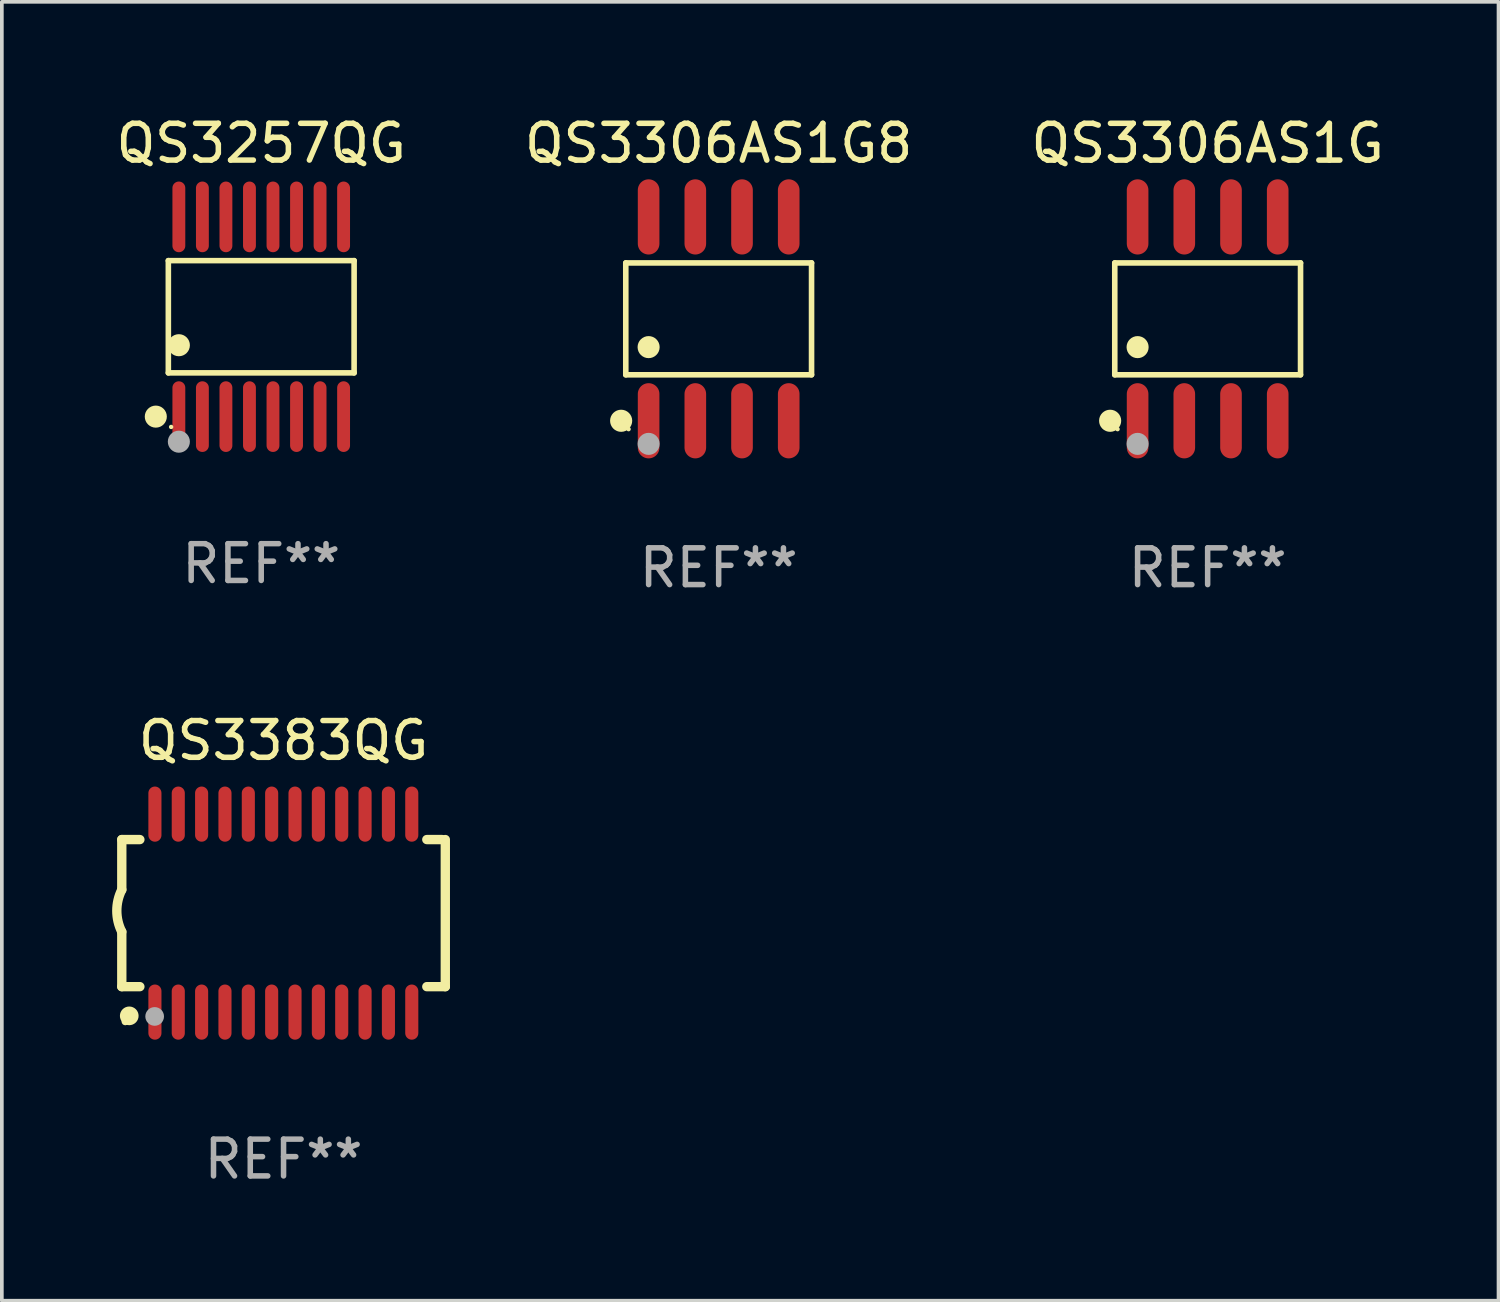
<source format=kicad_pcb>
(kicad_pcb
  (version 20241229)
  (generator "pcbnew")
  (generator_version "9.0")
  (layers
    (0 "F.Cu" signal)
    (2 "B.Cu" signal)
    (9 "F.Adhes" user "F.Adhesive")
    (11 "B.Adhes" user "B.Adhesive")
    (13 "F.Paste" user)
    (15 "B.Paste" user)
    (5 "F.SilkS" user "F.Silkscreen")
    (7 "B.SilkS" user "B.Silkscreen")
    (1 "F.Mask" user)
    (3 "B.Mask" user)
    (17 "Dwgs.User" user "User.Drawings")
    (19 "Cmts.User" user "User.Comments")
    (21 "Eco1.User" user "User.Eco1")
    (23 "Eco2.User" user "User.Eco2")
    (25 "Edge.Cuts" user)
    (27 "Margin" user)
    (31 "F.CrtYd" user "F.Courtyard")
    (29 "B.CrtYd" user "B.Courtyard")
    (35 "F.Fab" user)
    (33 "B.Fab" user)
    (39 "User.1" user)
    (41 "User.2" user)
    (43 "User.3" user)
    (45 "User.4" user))
  (footprint "QS3257QG"
    (layer "F.Cu")
    (at 4.054 5.564)
    (property "Reference" "QS3257QG" (at 0 -4.716 0) (layer "F.SilkS") (effects (font (size 1 1) (thickness 0.15))))
    (attr through_hole)
    (fp_line (start -2.526 -1.526) (end 2.526 -1.526) (stroke (width 0.152) (type solid)) (layer "F.SilkS"))
    (fp_line (start -2.526 1.526) (end -2.526 -1.526) (stroke (width 0.152) (type solid)) (layer "F.SilkS"))
    (fp_line (start 2.526 -1.526) (end 2.526 1.526) (stroke (width 0.152) (type solid)) (layer "F.SilkS"))
    (fp_line (start 2.526 1.526) (end -2.526 1.526) (stroke (width 0.152) (type solid)) (layer "F.SilkS"))
    (fp_circle (center -2.867 2.716) (end -2.717 2.716) (stroke (width 0.3) (type solid)) (fill no) (layer "F.SilkS"))
    (fp_circle (center -2.45 2.997) (end -2.42 2.997) (stroke (width 0.06) (type solid)) (fill no) (layer "F.SilkS"))
    (fp_circle (center -2.24 0.774) (end -2.09 0.774) (stroke (width 0.3) (type solid)) (fill no) (layer "F.SilkS"))
    (fp_circle (center -2.24 3.398) (end -2.09 3.398) (stroke (width 0.3) (type solid)) (fill no) (layer "F.Fab"))
    (fp_text user "REF**" (at 0 6.716 0) (layer "F.Fab") (effects (font (size 1 1) (thickness 0.15))))
    (pad "1" smd oval (at -2.24 2.716) (size 0.35 1.922) (layers "F.Cu" "F.Mask" "F.Paste"))
    (pad "2" smd oval (at -1.6 2.716) (size 0.35 1.922) (layers "F.Cu" "F.Mask" "F.Paste"))
    (pad "3" smd oval (at -0.96 2.716) (size 0.35 1.922) (layers "F.Cu" "F.Mask" "F.Paste"))
    (pad "4" smd oval (at -0.32 2.716) (size 0.35 1.922) (layers "F.Cu" "F.Mask" "F.Paste"))
    (pad "5" smd oval (at 0.32 2.716) (size 0.35 1.922) (layers "F.Cu" "F.Mask" "F.Paste"))
    (pad "6" smd oval (at 0.96 2.716) (size 0.35 1.922) (layers "F.Cu" "F.Mask" "F.Paste"))
    (pad "7" smd oval (at 1.6 2.716) (size 0.35 1.922) (layers "F.Cu" "F.Mask" "F.Paste"))
    (pad "8" smd oval (at 2.24 2.716) (size 0.35 1.922) (layers "F.Cu" "F.Mask" "F.Paste"))
    (pad "9" smd oval (at 2.24 -2.716) (size 0.35 1.922) (layers "F.Cu" "F.Mask" "F.Paste"))
    (pad "10" smd oval (at 1.6 -2.716) (size 0.35 1.922) (layers "F.Cu" "F.Mask" "F.Paste"))
    (pad "11" smd oval (at 0.96 -2.716) (size 0.35 1.922) (layers "F.Cu" "F.Mask" "F.Paste"))
    (pad "12" smd oval (at 0.32 -2.716) (size 0.35 1.922) (layers "F.Cu" "F.Mask" "F.Paste"))
    (pad "13" smd oval (at -0.32 -2.716) (size 0.35 1.922) (layers "F.Cu" "F.Mask" "F.Paste"))
    (pad "14" smd oval (at -0.96 -2.716) (size 0.35 1.922) (layers "F.Cu" "F.Mask" "F.Paste"))
    (pad "15" smd oval (at -1.6 -2.716) (size 0.35 1.922) (layers "F.Cu" "F.Mask" "F.Paste"))
    (pad "16" smd oval (at -2.24 -2.716) (size 0.35 1.922) (layers "F.Cu" "F.Mask" "F.Paste")))
  (footprint "QS3383QG"
    (layer "F.Cu")
    (at 4.661 21.782)
    (property "Reference" "QS3383QG" (at 0 -4.692 0) (layer "F.SilkS") (effects (font (size 1 1) (thickness 0.15))))
    (attr through_hole)
    (fp_line (start -4.399 -2) (end -4.399 -0.635) (stroke (width 0.254) (type solid)) (layer "F.SilkS"))
    (fp_line (start -4.399 -2) (end -3.907 -2) (stroke (width 0.254) (type solid)) (layer "F.SilkS"))
    (fp_line (start -4.399 2) (end -4.399 0.508) (stroke (width 0.254) (type solid)) (layer "F.SilkS"))
    (fp_line (start -4.399 2) (end -3.907 2) (stroke (width 0.254) (type solid)) (layer "F.SilkS"))
    (fp_line (start 3.896 -2) (end 4.313 -2) (stroke (width 0.254) (type solid)) (layer "F.SilkS"))
    (fp_line (start 3.896 2) (end 4.399 2) (stroke (width 0.254) (type solid)) (layer "F.SilkS"))
    (fp_line (start 4.399 2) (end 4.399 -2) (stroke (width 0.254) (type solid)) (layer "F.SilkS"))
    (fp_arc (start -4.399301 0.508001) (mid -4.534214 -0.0635) (end -4.399301 -0.635001) (stroke (width 0.254001) (type solid)) (layer "F.SilkS"))
    (fp_circle (center -4.305 2.95) (end -4.255 2.95) (stroke (width 0.1) (type solid)) (fill no) (layer "F.SilkS"))
    (fp_circle (center -4.196 2.794) (end -4.069 2.794) (stroke (width 0.254) (type solid)) (fill no) (layer "F.SilkS"))
    (fp_circle (center -3.505 2.81) (end -3.378 2.81) (stroke (width 0.254) (type solid)) (fill no) (layer "F.Fab"))
    (fp_text user "REF**" (at 0 6.692 0) (layer "F.Fab") (effects (font (size 1 1) (thickness 0.15))))
    (pad "1" smd oval (at -3.498 2.692 90) (size 1.5 0.356) (layers "F.Cu" "F.Mask" "F.Paste"))
    (pad "2" smd oval (at -2.863 2.692 90) (size 1.5 0.356) (layers "F.Cu" "F.Mask" "F.Paste"))
    (pad "3" smd oval (at -2.228 2.692 90) (size 1.5 0.356) (layers "F.Cu" "F.Mask" "F.Paste"))
    (pad "4" smd oval (at -1.593 2.692 90) (size 1.5 0.356) (layers "F.Cu" "F.Mask" "F.Paste"))
    (pad "5" smd oval (at -0.958 2.692 90) (size 1.5 0.356) (layers "F.Cu" "F.Mask" "F.Paste"))
    (pad "6" smd oval (at -0.323 2.692 90) (size 1.5 0.356) (layers "F.Cu" "F.Mask" "F.Paste"))
    (pad "7" smd oval (at 0.312 2.692 90) (size 1.5 0.356) (layers "F.Cu" "F.Mask" "F.Paste"))
    (pad "8" smd oval (at 0.947 2.692 90) (size 1.5 0.356) (layers "F.Cu" "F.Mask" "F.Paste"))
    (pad "9" smd oval (at 1.582 2.692 90) (size 1.5 0.356) (layers "F.Cu" "F.Mask" "F.Paste"))
    (pad "10" smd oval (at 2.217 2.692 90) (size 1.5 0.356) (layers "F.Cu" "F.Mask" "F.Paste"))
    (pad "11" smd oval (at 2.852 2.692 90) (size 1.5 0.356) (layers "F.Cu" "F.Mask" "F.Paste"))
    (pad "12" smd oval (at 3.487 2.692 90) (size 1.5 0.356) (layers "F.Cu" "F.Mask" "F.Paste"))
    (pad "13" smd oval (at 3.487 -2.692 90) (size 1.5 0.356) (layers "F.Cu" "F.Mask" "F.Paste"))
    (pad "14" smd oval (at 2.852 -2.692 90) (size 1.5 0.356) (layers "F.Cu" "F.Mask" "F.Paste"))
    (pad "15" smd oval (at 2.217 -2.692 90) (size 1.5 0.356) (layers "F.Cu" "F.Mask" "F.Paste"))
    (pad "16" smd oval (at 1.582 -2.692 90) (size 1.5 0.356) (layers "F.Cu" "F.Mask" "F.Paste"))
    (pad "17" smd oval (at 0.947 -2.692 90) (size 1.5 0.356) (layers "F.Cu" "F.Mask" "F.Paste"))
    (pad "18" smd oval (at 0.312 -2.692 90) (size 1.5 0.356) (layers "F.Cu" "F.Mask" "F.Paste"))
    (pad "19" smd oval (at -0.323 -2.692 90) (size 1.5 0.356) (layers "F.Cu" "F.Mask" "F.Paste"))
    (pad "20" smd oval (at -0.958 -2.692 90) (size 1.5 0.356) (layers "F.Cu" "F.Mask" "F.Paste"))
    (pad "21" smd oval (at -1.593 -2.692 90) (size 1.5 0.356) (layers "F.Cu" "F.Mask" "F.Paste"))
    (pad "22" smd oval (at -2.228 -2.692 90) (size 1.5 0.356) (layers "F.Cu" "F.Mask" "F.Paste"))
    (pad "23" smd oval (at -2.863 -2.692 90) (size 1.5 0.356) (layers "F.Cu" "F.Mask" "F.Paste"))
    (pad "24" smd oval (at -3.498 -2.692 90) (size 1.5 0.356) (layers "F.Cu" "F.Mask" "F.Paste")))
  (footprint "QS3306AS1G8"
    (layer "F.Cu")
    (at 16.494 5.621)
    (property "Reference" "QS3306AS1G8" (at 0 -4.772 0) (layer "F.SilkS") (effects (font (size 1 1) (thickness 0.15))))
    (attr through_hole)
    (fp_line (start -2.526 -1.521) (end 2.526 -1.521) (stroke (width 0.152) (type solid)) (layer "F.SilkS"))
    (fp_line (start -2.526 1.521) (end -2.526 -1.521) (stroke (width 0.152) (type solid)) (layer "F.SilkS"))
    (fp_line (start 2.526 -1.521) (end 2.526 1.521) (stroke (width 0.152) (type solid)) (layer "F.SilkS"))
    (fp_line (start 2.526 1.521) (end -2.526 1.521) (stroke (width 0.152) (type solid)) (layer "F.SilkS"))
    (fp_circle (center -2.652 2.772) (end -2.501 2.772) (stroke (width 0.3) (type solid)) (fill no) (layer "F.SilkS"))
    (fp_circle (center -2.45 3) (end -2.42 3) (stroke (width 0.06) (type solid)) (fill no) (layer "F.SilkS"))
    (fp_circle (center -1.905 0.769) (end -1.755 0.769) (stroke (width 0.3) (type solid)) (fill no) (layer "F.SilkS"))
    (fp_circle (center -1.905 3.4) (end -1.755 3.4) (stroke (width 0.3) (type solid)) (fill no) (layer "F.Fab"))
    (fp_text user "REF**" (at 0 6.772 0) (layer "F.Fab") (effects (font (size 1 1) (thickness 0.15))))
    (pad "1" smd oval (at -1.905 2.772) (size 0.588 2.045) (layers "F.Cu" "F.Mask" "F.Paste"))
    (pad "2" smd oval (at -0.635 2.772) (size 0.588 2.045) (layers "F.Cu" "F.Mask" "F.Paste"))
    (pad "3" smd oval (at 0.635 2.772) (size 0.588 2.045) (layers "F.Cu" "F.Mask" "F.Paste"))
    (pad "4" smd oval (at 1.905 2.772) (size 0.588 2.045) (layers "F.Cu" "F.Mask" "F.Paste"))
    (pad "5" smd oval (at 1.905 -2.772) (size 0.588 2.045) (layers "F.Cu" "F.Mask" "F.Paste"))
    (pad "6" smd oval (at 0.635 -2.772) (size 0.588 2.045) (layers "F.Cu" "F.Mask" "F.Paste"))
    (pad "7" smd oval (at -0.635 -2.772) (size 0.588 2.045) (layers "F.Cu" "F.Mask" "F.Paste"))
    (pad "8" smd oval (at -1.905 -2.772) (size 0.588 2.045) (layers "F.Cu" "F.Mask" "F.Paste")))
  (footprint "QS3306AS1G"
    (layer "F.Cu")
    (at 29.792 5.621)
    (property "Reference" "QS3306AS1G" (at 0 -4.772 0) (layer "F.SilkS") (effects (font (size 1 1) (thickness 0.15))))
    (attr through_hole)
    (fp_line (start -2.526 -1.521) (end 2.526 -1.521) (stroke (width 0.152) (type solid)) (layer "F.SilkS"))
    (fp_line (start -2.526 1.521) (end -2.526 -1.521) (stroke (width 0.152) (type solid)) (layer "F.SilkS"))
    (fp_line (start 2.526 -1.521) (end 2.526 1.521) (stroke (width 0.152) (type solid)) (layer "F.SilkS"))
    (fp_line (start 2.526 1.521) (end -2.526 1.521) (stroke (width 0.152) (type solid)) (layer "F.SilkS"))
    (fp_circle (center -2.652 2.772) (end -2.501 2.772) (stroke (width 0.3) (type solid)) (fill no) (layer "F.SilkS"))
    (fp_circle (center -2.45 3) (end -2.42 3) (stroke (width 0.06) (type solid)) (fill no) (layer "F.SilkS"))
    (fp_circle (center -1.905 0.769) (end -1.755 0.769) (stroke (width 0.3) (type solid)) (fill no) (layer "F.SilkS"))
    (fp_circle (center -1.905 3.4) (end -1.755 3.4) (stroke (width 0.3) (type solid)) (fill no) (layer "F.Fab"))
    (fp_text user "REF**" (at 0 6.772 0) (layer "F.Fab") (effects (font (size 1 1) (thickness 0.15))))
    (pad "1" smd oval (at -1.905 2.772) (size 0.588 2.045) (layers "F.Cu" "F.Mask" "F.Paste"))
    (pad "2" smd oval (at -0.635 2.772) (size 0.588 2.045) (layers "F.Cu" "F.Mask" "F.Paste"))
    (pad "3" smd oval (at 0.635 2.772) (size 0.588 2.045) (layers "F.Cu" "F.Mask" "F.Paste"))
    (pad "4" smd oval (at 1.905 2.772) (size 0.588 2.045) (layers "F.Cu" "F.Mask" "F.Paste"))
    (pad "5" smd oval (at 1.905 -2.772) (size 0.588 2.045) (layers "F.Cu" "F.Mask" "F.Paste"))
    (pad "6" smd oval (at 0.635 -2.772) (size 0.588 2.045) (layers "F.Cu" "F.Mask" "F.Paste"))
    (pad "7" smd oval (at -0.635 -2.772) (size 0.588 2.045) (layers "F.Cu" "F.Mask" "F.Paste"))
    (pad "8" smd oval (at -1.905 -2.772) (size 0.588 2.045) (layers "F.Cu" "F.Mask" "F.Paste")))
  (gr_rect
    (start -3 -3)
    (end 37.702 32.323)
    (stroke (width 0.1) (type default))
    (fill no)
    (layer "Edge.Cuts")))
</source>
